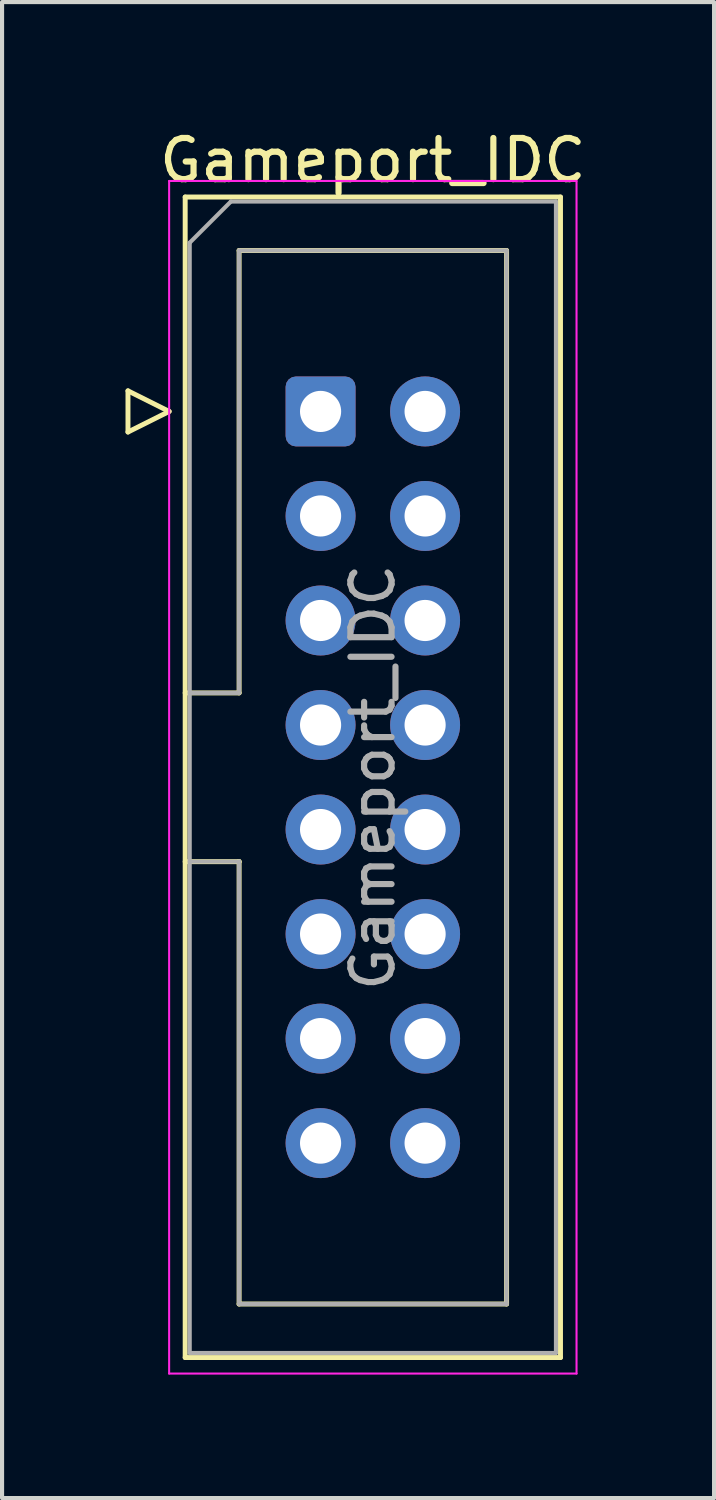
<source format=kicad_pcb>
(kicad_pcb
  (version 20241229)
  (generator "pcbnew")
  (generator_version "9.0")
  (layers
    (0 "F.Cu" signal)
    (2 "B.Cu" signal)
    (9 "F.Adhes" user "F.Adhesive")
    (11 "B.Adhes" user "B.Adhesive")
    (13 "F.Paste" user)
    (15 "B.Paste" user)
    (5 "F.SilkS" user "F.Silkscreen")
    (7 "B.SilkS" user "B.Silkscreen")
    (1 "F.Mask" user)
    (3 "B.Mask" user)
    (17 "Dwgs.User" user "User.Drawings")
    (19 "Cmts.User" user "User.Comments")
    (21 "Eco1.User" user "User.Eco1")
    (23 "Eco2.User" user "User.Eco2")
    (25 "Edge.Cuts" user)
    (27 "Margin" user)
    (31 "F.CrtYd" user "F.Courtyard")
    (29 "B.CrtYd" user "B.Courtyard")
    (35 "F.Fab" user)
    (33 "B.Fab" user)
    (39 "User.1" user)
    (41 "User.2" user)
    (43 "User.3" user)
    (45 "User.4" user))
  (footprint "Gameport_IDC"
    (layer "F.Cu")
    (at 4.74 6.948)
    (property "Reference" "Gameport_IDC" (at 1.27 -6.1 0) (layer "F.SilkS") (effects (font (size 1 1) (thickness 0.15))))
    (attr through_hole)
    (fp_line (start -4.68 -0.5) (end -4.68 0.5) (stroke (width 0.12) (type solid)) (layer "F.SilkS"))
    (fp_line (start -4.68 0.5) (end -3.68 0) (stroke (width 0.12) (type solid)) (layer "F.SilkS"))
    (fp_line (start -3.68 0) (end -4.68 -0.5) (stroke (width 0.12) (type solid)) (layer "F.SilkS"))
    (fp_line (start -3.29 -5.21) (end 5.83 -5.21) (stroke (width 0.12) (type solid)) (layer "F.SilkS"))
    (fp_line (start -3.29 6.84) (end -1.98 6.84) (stroke (width 0.12) (type solid)) (layer "F.SilkS"))
    (fp_line (start -3.29 22.99) (end -3.29 -5.21) (stroke (width 0.12) (type solid)) (layer "F.SilkS"))
    (fp_line (start -1.98 -3.91) (end 4.52 -3.91) (stroke (width 0.12) (type solid)) (layer "F.SilkS"))
    (fp_line (start -1.98 6.84) (end -1.98 -3.91) (stroke (width 0.12) (type solid)) (layer "F.SilkS"))
    (fp_line (start -1.98 10.94) (end -3.29 10.94) (stroke (width 0.12) (type solid)) (layer "F.SilkS"))
    (fp_line (start -1.98 10.94) (end -1.98 10.94) (stroke (width 0.12) (type solid)) (layer "F.SilkS"))
    (fp_line (start -1.98 21.69) (end -1.98 10.94) (stroke (width 0.12) (type solid)) (layer "F.SilkS"))
    (fp_line (start 4.52 -3.91) (end 4.52 21.69) (stroke (width 0.12) (type solid)) (layer "F.SilkS"))
    (fp_line (start 4.52 21.69) (end -1.98 21.69) (stroke (width 0.12) (type solid)) (layer "F.SilkS"))
    (fp_line (start 5.83 -5.21) (end 5.83 22.99) (stroke (width 0.12) (type solid)) (layer "F.SilkS"))
    (fp_line (start 5.83 22.99) (end -3.29 22.99) (stroke (width 0.12) (type solid)) (layer "F.SilkS"))
    (fp_line (start -3.68 -5.6) (end -3.68 23.38) (stroke (width 0.05) (type solid)) (layer "F.CrtYd"))
    (fp_line (start -3.68 23.38) (end 6.22 23.38) (stroke (width 0.05) (type solid)) (layer "F.CrtYd"))
    (fp_line (start 6.22 -5.6) (end -3.68 -5.6) (stroke (width 0.05) (type solid)) (layer "F.CrtYd"))
    (fp_line (start 6.22 23.38) (end 6.22 -5.6) (stroke (width 0.05) (type solid)) (layer "F.CrtYd"))
    (fp_line (start -3.18 -4.1) (end -2.18 -5.1) (stroke (width 0.1) (type solid)) (layer "F.Fab"))
    (fp_line (start -3.18 6.84) (end -1.98 6.84) (stroke (width 0.1) (type solid)) (layer "F.Fab"))
    (fp_line (start -3.18 22.88) (end -3.18 -4.1) (stroke (width 0.1) (type solid)) (layer "F.Fab"))
    (fp_line (start -2.18 -5.1) (end 5.72 -5.1) (stroke (width 0.1) (type solid)) (layer "F.Fab"))
    (fp_line (start -1.98 -3.91) (end 4.52 -3.91) (stroke (width 0.1) (type solid)) (layer "F.Fab"))
    (fp_line (start -1.98 6.84) (end -1.98 -3.91) (stroke (width 0.1) (type solid)) (layer "F.Fab"))
    (fp_line (start -1.98 10.94) (end -3.18 10.94) (stroke (width 0.1) (type solid)) (layer "F.Fab"))
    (fp_line (start -1.98 10.94) (end -1.98 10.94) (stroke (width 0.1) (type solid)) (layer "F.Fab"))
    (fp_line (start -1.98 21.69) (end -1.98 10.94) (stroke (width 0.1) (type solid)) (layer "F.Fab"))
    (fp_line (start 4.52 -3.91) (end 4.52 21.69) (stroke (width 0.1) (type solid)) (layer "F.Fab"))
    (fp_line (start 4.52 21.69) (end -1.98 21.69) (stroke (width 0.1) (type solid)) (layer "F.Fab"))
    (fp_line (start 5.72 -5.1) (end 5.72 22.88) (stroke (width 0.1) (type solid)) (layer "F.Fab"))
    (fp_line (start 5.72 22.88) (end -3.18 22.88) (stroke (width 0.1) (type solid)) (layer "F.Fab"))
    (fp_text user "${REFERENCE}" (at 1.27 8.89 270) (layer "F.Fab") (effects (font (size 1 1) (thickness 0.15))))
    (pad "1" thru_hole roundrect (at 0 0) (size 1.7 1.7) (drill 1) (layers "*.Cu" "*.Mask") (roundrect_rratio 0.147))
    (pad "2" thru_hole circle (at 0 2.54) (size 1.7 1.7) (drill 1) (layers "*.Cu" "*.Mask"))
    (pad "3" thru_hole circle (at 0 5.08) (size 1.7 1.7) (drill 1) (layers "*.Cu" "*.Mask"))
    (pad "4" thru_hole circle (at 0 7.62) (size 1.7 1.7) (drill 1) (layers "*.Cu" "*.Mask"))
    (pad "5" thru_hole circle (at 0 10.16) (size 1.7 1.7) (drill 1) (layers "*.Cu" "*.Mask"))
    (pad "6" thru_hole circle (at 0 12.7) (size 1.7 1.7) (drill 1) (layers "*.Cu" "*.Mask"))
    (pad "7" thru_hole circle (at 0 15.24) (size 1.7 1.7) (drill 1) (layers "*.Cu" "*.Mask"))
    (pad "8" thru_hole circle (at 0 17.78) (size 1.7 1.7) (drill 1) (layers "*.Cu" "*.Mask"))
    (pad "9" thru_hole circle (at 2.54 0) (size 1.7 1.7) (drill 1) (layers "*.Cu" "*.Mask"))
    (pad "10" thru_hole circle (at 2.54 2.54) (size 1.7 1.7) (drill 1) (layers "*.Cu" "*.Mask"))
    (pad "11" thru_hole circle (at 2.54 5.08) (size 1.7 1.7) (drill 1) (layers "*.Cu" "*.Mask"))
    (pad "12" thru_hole circle (at 2.54 7.62) (size 1.7 1.7) (drill 1) (layers "*.Cu" "*.Mask"))
    (pad "13" thru_hole circle (at 2.54 10.16) (size 1.7 1.7) (drill 1) (layers "*.Cu" "*.Mask"))
    (pad "14" thru_hole circle (at 2.54 12.7) (size 1.7 1.7) (drill 1) (layers "*.Cu" "*.Mask"))
    (pad "15" thru_hole circle (at 2.54 15.24) (size 1.7 1.7) (drill 1) (layers "*.Cu" "*.Mask"))
    (pad "16" thru_hole circle (at 2.54 17.78) (size 1.7 1.7) (drill 1) (layers "*.Cu" "*.Mask")))
  (gr_rect
    (start -3 -3)
    (end 14.302 33.353)
    (stroke (width 0.1) (type default))
    (fill no)
    (layer "Edge.Cuts")))
</source>
